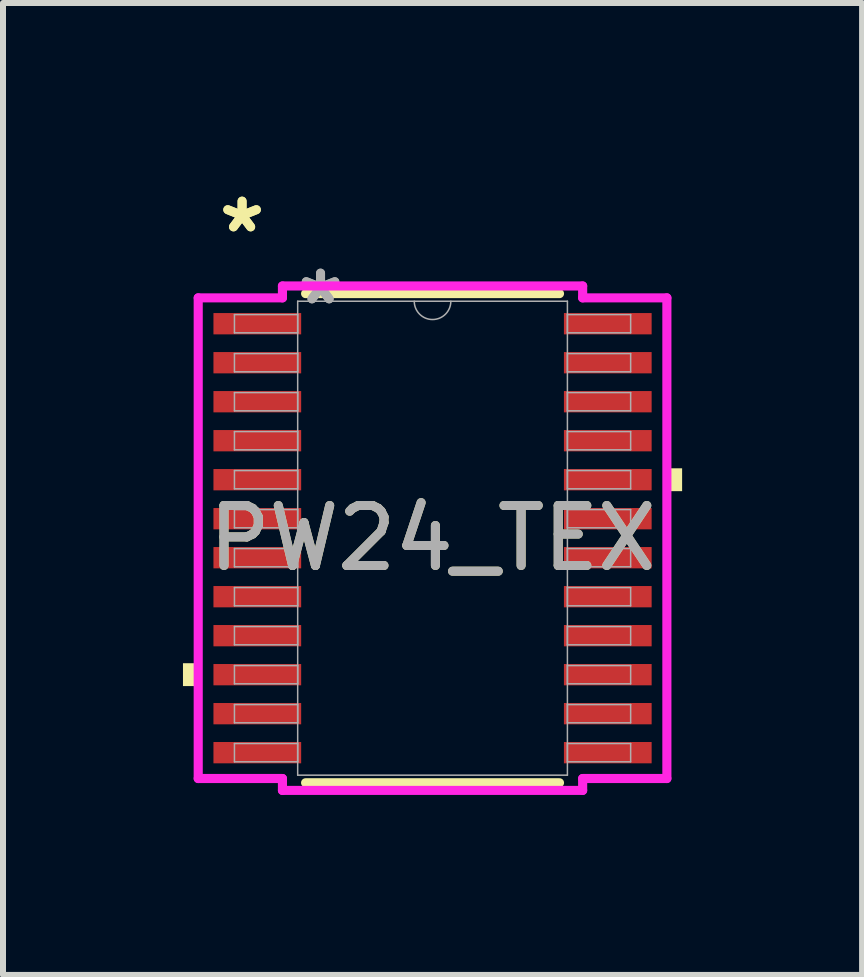
<source format=kicad_pcb>
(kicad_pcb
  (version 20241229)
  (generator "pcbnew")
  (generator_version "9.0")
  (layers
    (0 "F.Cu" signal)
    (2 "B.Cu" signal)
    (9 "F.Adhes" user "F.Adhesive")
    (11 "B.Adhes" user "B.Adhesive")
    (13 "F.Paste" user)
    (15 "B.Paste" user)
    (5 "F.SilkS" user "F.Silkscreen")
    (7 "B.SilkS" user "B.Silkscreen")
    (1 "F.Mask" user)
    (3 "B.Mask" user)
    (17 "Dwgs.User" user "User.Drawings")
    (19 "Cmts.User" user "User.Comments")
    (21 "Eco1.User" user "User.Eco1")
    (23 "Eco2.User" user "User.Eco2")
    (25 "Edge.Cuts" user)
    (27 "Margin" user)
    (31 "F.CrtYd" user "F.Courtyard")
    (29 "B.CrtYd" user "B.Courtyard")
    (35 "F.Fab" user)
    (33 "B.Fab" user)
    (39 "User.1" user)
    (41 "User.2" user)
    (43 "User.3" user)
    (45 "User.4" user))
  (footprint "PW24_TEX"
    (layer "F.Cu")
    (at 4.16 5.921)
    (property "Reference" "PW24_TEX" (at 0 0 0) (unlocked yes) (layer "F.SilkS") (effects (font (size 1 1) (thickness 0.15))))
    (attr smd)
    (fp_line (start -2.116 4.077) (end 2.116 4.077) (stroke (width 0.152) (type solid)) (layer "F.SilkS"))
    (fp_line (start 2.116 -4.077) (end -2.116 -4.077) (stroke (width 0.152) (type solid)) (layer "F.SilkS"))
    (fp_poly (pts (xy -4.16 2.084) (xy -4.16 2.465) (xy -3.906 2.465) (xy -3.906 2.084)) (stroke (width 0) (type solid)) (fill yes) (layer "F.SilkS"))
    (fp_poly (pts (xy 4.16 -1.165) (xy 4.16 -0.784) (xy 3.906 -0.784) (xy 3.906 -1.165)) (stroke (width 0) (type solid)) (fill yes) (layer "F.SilkS"))
    (fp_line (start -3.906 -4.006) (end -2.502 -4.006) (stroke (width 0.152) (type solid)) (layer "F.CrtYd"))
    (fp_line (start -3.906 4.006) (end -3.906 -4.006) (stroke (width 0.152) (type solid)) (layer "F.CrtYd"))
    (fp_line (start -3.906 4.006) (end -2.502 4.006) (stroke (width 0.152) (type solid)) (layer "F.CrtYd"))
    (fp_line (start -2.502 -4.204) (end 2.502 -4.204) (stroke (width 0.152) (type solid)) (layer "F.CrtYd"))
    (fp_line (start -2.502 -4.006) (end -2.502 -4.204) (stroke (width 0.152) (type solid)) (layer "F.CrtYd"))
    (fp_line (start -2.502 4.204) (end -2.502 4.006) (stroke (width 0.152) (type solid)) (layer "F.CrtYd"))
    (fp_line (start 2.502 -4.204) (end 2.502 -4.006) (stroke (width 0.152) (type solid)) (layer "F.CrtYd"))
    (fp_line (start 2.502 4.006) (end 2.502 4.204) (stroke (width 0.152) (type solid)) (layer "F.CrtYd"))
    (fp_line (start 2.502 4.204) (end -2.502 4.204) (stroke (width 0.152) (type solid)) (layer "F.CrtYd"))
    (fp_line (start 3.906 -4.006) (end 2.502 -4.006) (stroke (width 0.152) (type solid)) (layer "F.CrtYd"))
    (fp_line (start 3.906 -4.006) (end 3.906 4.006) (stroke (width 0.152) (type solid)) (layer "F.CrtYd"))
    (fp_line (start 3.906 4.006) (end 2.502 4.006) (stroke (width 0.152) (type solid)) (layer "F.CrtYd"))
    (fp_line (start -3.302 -3.727) (end -3.302 -3.423) (stroke (width 0.025) (type solid)) (layer "F.Fab"))
    (fp_line (start -3.302 -3.423) (end -2.248 -3.423) (stroke (width 0.025) (type solid)) (layer "F.Fab"))
    (fp_line (start -3.302 -3.077) (end -3.302 -2.773) (stroke (width 0.025) (type solid)) (layer "F.Fab"))
    (fp_line (start -3.302 -2.773) (end -2.248 -2.773) (stroke (width 0.025) (type solid)) (layer "F.Fab"))
    (fp_line (start -3.302 -2.427) (end -3.302 -2.123) (stroke (width 0.025) (type solid)) (layer "F.Fab"))
    (fp_line (start -3.302 -2.123) (end -2.248 -2.123) (stroke (width 0.025) (type solid)) (layer "F.Fab"))
    (fp_line (start -3.302 -1.777) (end -3.302 -1.473) (stroke (width 0.025) (type solid)) (layer "F.Fab"))
    (fp_line (start -3.302 -1.473) (end -2.248 -1.473) (stroke (width 0.025) (type solid)) (layer "F.Fab"))
    (fp_line (start -3.302 -1.127) (end -3.302 -0.823) (stroke (width 0.025) (type solid)) (layer "F.Fab"))
    (fp_line (start -3.302 -0.823) (end -2.248 -0.823) (stroke (width 0.025) (type solid)) (layer "F.Fab"))
    (fp_line (start -3.302 -0.477) (end -3.302 -0.173) (stroke (width 0.025) (type solid)) (layer "F.Fab"))
    (fp_line (start -3.302 -0.173) (end -2.248 -0.173) (stroke (width 0.025) (type solid)) (layer "F.Fab"))
    (fp_line (start -3.302 0.173) (end -3.302 0.477) (stroke (width 0.025) (type solid)) (layer "F.Fab"))
    (fp_line (start -3.302 0.477) (end -2.248 0.477) (stroke (width 0.025) (type solid)) (layer "F.Fab"))
    (fp_line (start -3.302 0.823) (end -3.302 1.127) (stroke (width 0.025) (type solid)) (layer "F.Fab"))
    (fp_line (start -3.302 1.127) (end -2.248 1.127) (stroke (width 0.025) (type solid)) (layer "F.Fab"))
    (fp_line (start -3.302 1.473) (end -3.302 1.777) (stroke (width 0.025) (type solid)) (layer "F.Fab"))
    (fp_line (start -3.302 1.777) (end -2.248 1.777) (stroke (width 0.025) (type solid)) (layer "F.Fab"))
    (fp_line (start -3.302 2.123) (end -3.302 2.427) (stroke (width 0.025) (type solid)) (layer "F.Fab"))
    (fp_line (start -3.302 2.427) (end -2.248 2.427) (stroke (width 0.025) (type solid)) (layer "F.Fab"))
    (fp_line (start -3.302 2.773) (end -3.302 3.077) (stroke (width 0.025) (type solid)) (layer "F.Fab"))
    (fp_line (start -3.302 3.077) (end -2.248 3.077) (stroke (width 0.025) (type solid)) (layer "F.Fab"))
    (fp_line (start -3.302 3.423) (end -3.302 3.727) (stroke (width 0.025) (type solid)) (layer "F.Fab"))
    (fp_line (start -3.302 3.727) (end -2.248 3.727) (stroke (width 0.025) (type solid)) (layer "F.Fab"))
    (fp_line (start -2.248 -3.95) (end -2.248 3.95) (stroke (width 0.025) (type solid)) (layer "F.Fab"))
    (fp_line (start -2.248 -3.727) (end -3.302 -3.727) (stroke (width 0.025) (type solid)) (layer "F.Fab"))
    (fp_line (start -2.248 -3.423) (end -2.248 -3.727) (stroke (width 0.025) (type solid)) (layer "F.Fab"))
    (fp_line (start -2.248 -3.077) (end -3.302 -3.077) (stroke (width 0.025) (type solid)) (layer "F.Fab"))
    (fp_line (start -2.248 -2.773) (end -2.248 -3.077) (stroke (width 0.025) (type solid)) (layer "F.Fab"))
    (fp_line (start -2.248 -2.427) (end -3.302 -2.427) (stroke (width 0.025) (type solid)) (layer "F.Fab"))
    (fp_line (start -2.248 -2.123) (end -2.248 -2.427) (stroke (width 0.025) (type solid)) (layer "F.Fab"))
    (fp_line (start -2.248 -1.777) (end -3.302 -1.777) (stroke (width 0.025) (type solid)) (layer "F.Fab"))
    (fp_line (start -2.248 -1.473) (end -2.248 -1.777) (stroke (width 0.025) (type solid)) (layer "F.Fab"))
    (fp_line (start -2.248 -1.127) (end -3.302 -1.127) (stroke (width 0.025) (type solid)) (layer "F.Fab"))
    (fp_line (start -2.248 -0.823) (end -2.248 -1.127) (stroke (width 0.025) (type solid)) (layer "F.Fab"))
    (fp_line (start -2.248 -0.477) (end -3.302 -0.477) (stroke (width 0.025) (type solid)) (layer "F.Fab"))
    (fp_line (start -2.248 -0.173) (end -2.248 -0.477) (stroke (width 0.025) (type solid)) (layer "F.Fab"))
    (fp_line (start -2.248 0.173) (end -3.302 0.173) (stroke (width 0.025) (type solid)) (layer "F.Fab"))
    (fp_line (start -2.248 0.477) (end -2.248 0.173) (stroke (width 0.025) (type solid)) (layer "F.Fab"))
    (fp_line (start -2.248 0.823) (end -3.302 0.823) (stroke (width 0.025) (type solid)) (layer "F.Fab"))
    (fp_line (start -2.248 1.127) (end -2.248 0.823) (stroke (width 0.025) (type solid)) (layer "F.Fab"))
    (fp_line (start -2.248 1.473) (end -3.302 1.473) (stroke (width 0.025) (type solid)) (layer "F.Fab"))
    (fp_line (start -2.248 1.777) (end -2.248 1.473) (stroke (width 0.025) (type solid)) (layer "F.Fab"))
    (fp_line (start -2.248 2.123) (end -3.302 2.123) (stroke (width 0.025) (type solid)) (layer "F.Fab"))
    (fp_line (start -2.248 2.427) (end -2.248 2.123) (stroke (width 0.025) (type solid)) (layer "F.Fab"))
    (fp_line (start -2.248 2.773) (end -3.302 2.773) (stroke (width 0.025) (type solid)) (layer "F.Fab"))
    (fp_line (start -2.248 3.077) (end -2.248 2.773) (stroke (width 0.025) (type solid)) (layer "F.Fab"))
    (fp_line (start -2.248 3.423) (end -3.302 3.423) (stroke (width 0.025) (type solid)) (layer "F.Fab"))
    (fp_line (start -2.248 3.727) (end -2.248 3.423) (stroke (width 0.025) (type solid)) (layer "F.Fab"))
    (fp_line (start -2.248 3.95) (end 2.248 3.95) (stroke (width 0.025) (type solid)) (layer "F.Fab"))
    (fp_line (start 2.248 -3.95) (end -2.248 -3.95) (stroke (width 0.025) (type solid)) (layer "F.Fab"))
    (fp_line (start 2.248 -3.727) (end 2.248 -3.423) (stroke (width 0.025) (type solid)) (layer "F.Fab"))
    (fp_line (start 2.248 -3.423) (end 3.302 -3.423) (stroke (width 0.025) (type solid)) (layer "F.Fab"))
    (fp_line (start 2.248 -3.077) (end 2.248 -2.773) (stroke (width 0.025) (type solid)) (layer "F.Fab"))
    (fp_line (start 2.248 -2.773) (end 3.302 -2.773) (stroke (width 0.025) (type solid)) (layer "F.Fab"))
    (fp_line (start 2.248 -2.427) (end 2.248 -2.123) (stroke (width 0.025) (type solid)) (layer "F.Fab"))
    (fp_line (start 2.248 -2.123) (end 3.302 -2.123) (stroke (width 0.025) (type solid)) (layer "F.Fab"))
    (fp_line (start 2.248 -1.777) (end 2.248 -1.473) (stroke (width 0.025) (type solid)) (layer "F.Fab"))
    (fp_line (start 2.248 -1.473) (end 3.302 -1.473) (stroke (width 0.025) (type solid)) (layer "F.Fab"))
    (fp_line (start 2.248 -1.127) (end 2.248 -0.823) (stroke (width 0.025) (type solid)) (layer "F.Fab"))
    (fp_line (start 2.248 -0.823) (end 3.302 -0.823) (stroke (width 0.025) (type solid)) (layer "F.Fab"))
    (fp_line (start 2.248 -0.477) (end 2.248 -0.173) (stroke (width 0.025) (type solid)) (layer "F.Fab"))
    (fp_line (start 2.248 -0.173) (end 3.302 -0.173) (stroke (width 0.025) (type solid)) (layer "F.Fab"))
    (fp_line (start 2.248 0.173) (end 2.248 0.477) (stroke (width 0.025) (type solid)) (layer "F.Fab"))
    (fp_line (start 2.248 0.477) (end 3.302 0.477) (stroke (width 0.025) (type solid)) (layer "F.Fab"))
    (fp_line (start 2.248 0.823) (end 2.248 1.127) (stroke (width 0.025) (type solid)) (layer "F.Fab"))
    (fp_line (start 2.248 1.127) (end 3.302 1.127) (stroke (width 0.025) (type solid)) (layer "F.Fab"))
    (fp_line (start 2.248 1.473) (end 2.248 1.777) (stroke (width 0.025) (type solid)) (layer "F.Fab"))
    (fp_line (start 2.248 1.777) (end 3.302 1.777) (stroke (width 0.025) (type solid)) (layer "F.Fab"))
    (fp_line (start 2.248 2.123) (end 2.248 2.427) (stroke (width 0.025) (type solid)) (layer "F.Fab"))
    (fp_line (start 2.248 2.427) (end 3.302 2.427) (stroke (width 0.025) (type solid)) (layer "F.Fab"))
    (fp_line (start 2.248 2.773) (end 2.248 3.077) (stroke (width 0.025) (type solid)) (layer "F.Fab"))
    (fp_line (start 2.248 3.077) (end 3.302 3.077) (stroke (width 0.025) (type solid)) (layer "F.Fab"))
    (fp_line (start 2.248 3.423) (end 2.248 3.727) (stroke (width 0.025) (type solid)) (layer "F.Fab"))
    (fp_line (start 2.248 3.727) (end 3.302 3.727) (stroke (width 0.025) (type solid)) (layer "F.Fab"))
    (fp_line (start 2.248 3.95) (end 2.248 -3.95) (stroke (width 0.025) (type solid)) (layer "F.Fab"))
    (fp_line (start 3.302 -3.727) (end 2.248 -3.727) (stroke (width 0.025) (type solid)) (layer "F.Fab"))
    (fp_line (start 3.302 -3.423) (end 3.302 -3.727) (stroke (width 0.025) (type solid)) (layer "F.Fab"))
    (fp_line (start 3.302 -3.077) (end 2.248 -3.077) (stroke (width 0.025) (type solid)) (layer "F.Fab"))
    (fp_line (start 3.302 -2.773) (end 3.302 -3.077) (stroke (width 0.025) (type solid)) (layer "F.Fab"))
    (fp_line (start 3.302 -2.427) (end 2.248 -2.427) (stroke (width 0.025) (type solid)) (layer "F.Fab"))
    (fp_line (start 3.302 -2.123) (end 3.302 -2.427) (stroke (width 0.025) (type solid)) (layer "F.Fab"))
    (fp_line (start 3.302 -1.777) (end 2.248 -1.777) (stroke (width 0.025) (type solid)) (layer "F.Fab"))
    (fp_line (start 3.302 -1.473) (end 3.302 -1.777) (stroke (width 0.025) (type solid)) (layer "F.Fab"))
    (fp_line (start 3.302 -1.127) (end 2.248 -1.127) (stroke (width 0.025) (type solid)) (layer "F.Fab"))
    (fp_line (start 3.302 -0.823) (end 3.302 -1.127) (stroke (width 0.025) (type solid)) (layer "F.Fab"))
    (fp_line (start 3.302 -0.477) (end 2.248 -0.477) (stroke (width 0.025) (type solid)) (layer "F.Fab"))
    (fp_line (start 3.302 -0.173) (end 3.302 -0.477) (stroke (width 0.025) (type solid)) (layer "F.Fab"))
    (fp_line (start 3.302 0.173) (end 2.248 0.173) (stroke (width 0.025) (type solid)) (layer "F.Fab"))
    (fp_line (start 3.302 0.477) (end 3.302 0.173) (stroke (width 0.025) (type solid)) (layer "F.Fab"))
    (fp_line (start 3.302 0.823) (end 2.248 0.823) (stroke (width 0.025) (type solid)) (layer "F.Fab"))
    (fp_line (start 3.302 1.127) (end 3.302 0.823) (stroke (width 0.025) (type solid)) (layer "F.Fab"))
    (fp_line (start 3.302 1.473) (end 2.248 1.473) (stroke (width 0.025) (type solid)) (layer "F.Fab"))
    (fp_line (start 3.302 1.777) (end 3.302 1.473) (stroke (width 0.025) (type solid)) (layer "F.Fab"))
    (fp_line (start 3.302 2.123) (end 2.248 2.123) (stroke (width 0.025) (type solid)) (layer "F.Fab"))
    (fp_line (start 3.302 2.427) (end 3.302 2.123) (stroke (width 0.025) (type solid)) (layer "F.Fab"))
    (fp_line (start 3.302 2.773) (end 2.248 2.773) (stroke (width 0.025) (type solid)) (layer "F.Fab"))
    (fp_line (start 3.302 3.077) (end 3.302 2.773) (stroke (width 0.025) (type solid)) (layer "F.Fab"))
    (fp_line (start 3.302 3.423) (end 2.248 3.423) (stroke (width 0.025) (type solid)) (layer "F.Fab"))
    (fp_line (start 3.302 3.727) (end 3.302 3.423) (stroke (width 0.025) (type solid)) (layer "F.Fab"))
    (fp_arc (start 0.3048 -3.9497) (mid 0 -3.6449) (end -0.3048 -3.9497) (stroke (width 0.0254) (type solid)) (layer "F.Fab"))
    (fp_text user "*" (at -3.175 -5.073 0) (unlocked yes) (layer "F.SilkS") (effects (font (size 1 1) (thickness 0.15))))
    (fp_text user "*" (at -3.175 -5.073 0) (layer "F.SilkS") (effects (font (size 1 1) (thickness 0.15))))
    (fp_text user "*" (at -1.867 -3.873 0) (layer "F.Fab") (effects (font (size 1 1) (thickness 0.15))))
    (fp_text user "*" (at -1.867 -3.873 0) (unlocked yes) (layer "F.Fab") (effects (font (size 1 1) (thickness 0.15))))
    (fp_text user "${REFERENCE}" (at 0 0 0) (unlocked yes) (layer "F.Fab") (effects (font (size 1 1) (thickness 0.15))))
    (pad "1" smd rect (at -2.921 -3.575) (size 1.462 0.355) (layers "F.Cu" "F.Mask" "F.Paste"))
    (pad "2" smd rect (at -2.921 -2.925) (size 1.462 0.355) (layers "F.Cu" "F.Mask" "F.Paste"))
    (pad "3" smd rect (at -2.921 -2.275) (size 1.462 0.355) (layers "F.Cu" "F.Mask" "F.Paste"))
    (pad "4" smd rect (at -2.921 -1.625) (size 1.462 0.355) (layers "F.Cu" "F.Mask" "F.Paste"))
    (pad "5" smd rect (at -2.921 -0.975) (size 1.462 0.355) (layers "F.Cu" "F.Mask" "F.Paste"))
    (pad "6" smd rect (at -2.921 -0.325) (size 1.462 0.355) (layers "F.Cu" "F.Mask" "F.Paste"))
    (pad "7" smd rect (at -2.921 0.325) (size 1.462 0.355) (layers "F.Cu" "F.Mask" "F.Paste"))
    (pad "8" smd rect (at -2.921 0.975) (size 1.462 0.355) (layers "F.Cu" "F.Mask" "F.Paste"))
    (pad "9" smd rect (at -2.921 1.625) (size 1.462 0.355) (layers "F.Cu" "F.Mask" "F.Paste"))
    (pad "10" smd rect (at -2.921 2.275) (size 1.462 0.355) (layers "F.Cu" "F.Mask" "F.Paste"))
    (pad "11" smd rect (at -2.921 2.925) (size 1.462 0.355) (layers "F.Cu" "F.Mask" "F.Paste"))
    (pad "12" smd rect (at -2.921 3.575) (size 1.462 0.355) (layers "F.Cu" "F.Mask" "F.Paste"))
    (pad "13" smd rect (at 2.921 3.575) (size 1.462 0.355) (layers "F.Cu" "F.Mask" "F.Paste"))
    (pad "14" smd rect (at 2.921 2.925) (size 1.462 0.355) (layers "F.Cu" "F.Mask" "F.Paste"))
    (pad "15" smd rect (at 2.921 2.275) (size 1.462 0.355) (layers "F.Cu" "F.Mask" "F.Paste"))
    (pad "16" smd rect (at 2.921 1.625) (size 1.462 0.355) (layers "F.Cu" "F.Mask" "F.Paste"))
    (pad "17" smd rect (at 2.921 0.975) (size 1.462 0.355) (layers "F.Cu" "F.Mask" "F.Paste"))
    (pad "18" smd rect (at 2.921 0.325) (size 1.462 0.355) (layers "F.Cu" "F.Mask" "F.Paste"))
    (pad "19" smd rect (at 2.921 -0.325) (size 1.462 0.355) (layers "F.Cu" "F.Mask" "F.Paste"))
    (pad "20" smd rect (at 2.921 -0.975) (size 1.462 0.355) (layers "F.Cu" "F.Mask" "F.Paste"))
    (pad "21" smd rect (at 2.921 -1.625) (size 1.462 0.355) (layers "F.Cu" "F.Mask" "F.Paste"))
    (pad "22" smd rect (at 2.921 -2.275) (size 1.462 0.355) (layers "F.Cu" "F.Mask" "F.Paste"))
    (pad "23" smd rect (at 2.921 -2.925) (size 1.462 0.355) (layers "F.Cu" "F.Mask" "F.Paste"))
    (pad "24" smd rect (at 2.921 -3.575) (size 1.462 0.355) (layers "F.Cu" "F.Mask" "F.Paste")))
  (gr_rect
    (start -3 -3)
    (end 11.32 13.201)
    (stroke (width 0.1) (type default))
    (fill no)
    (layer "Edge.Cuts")))
</source>
